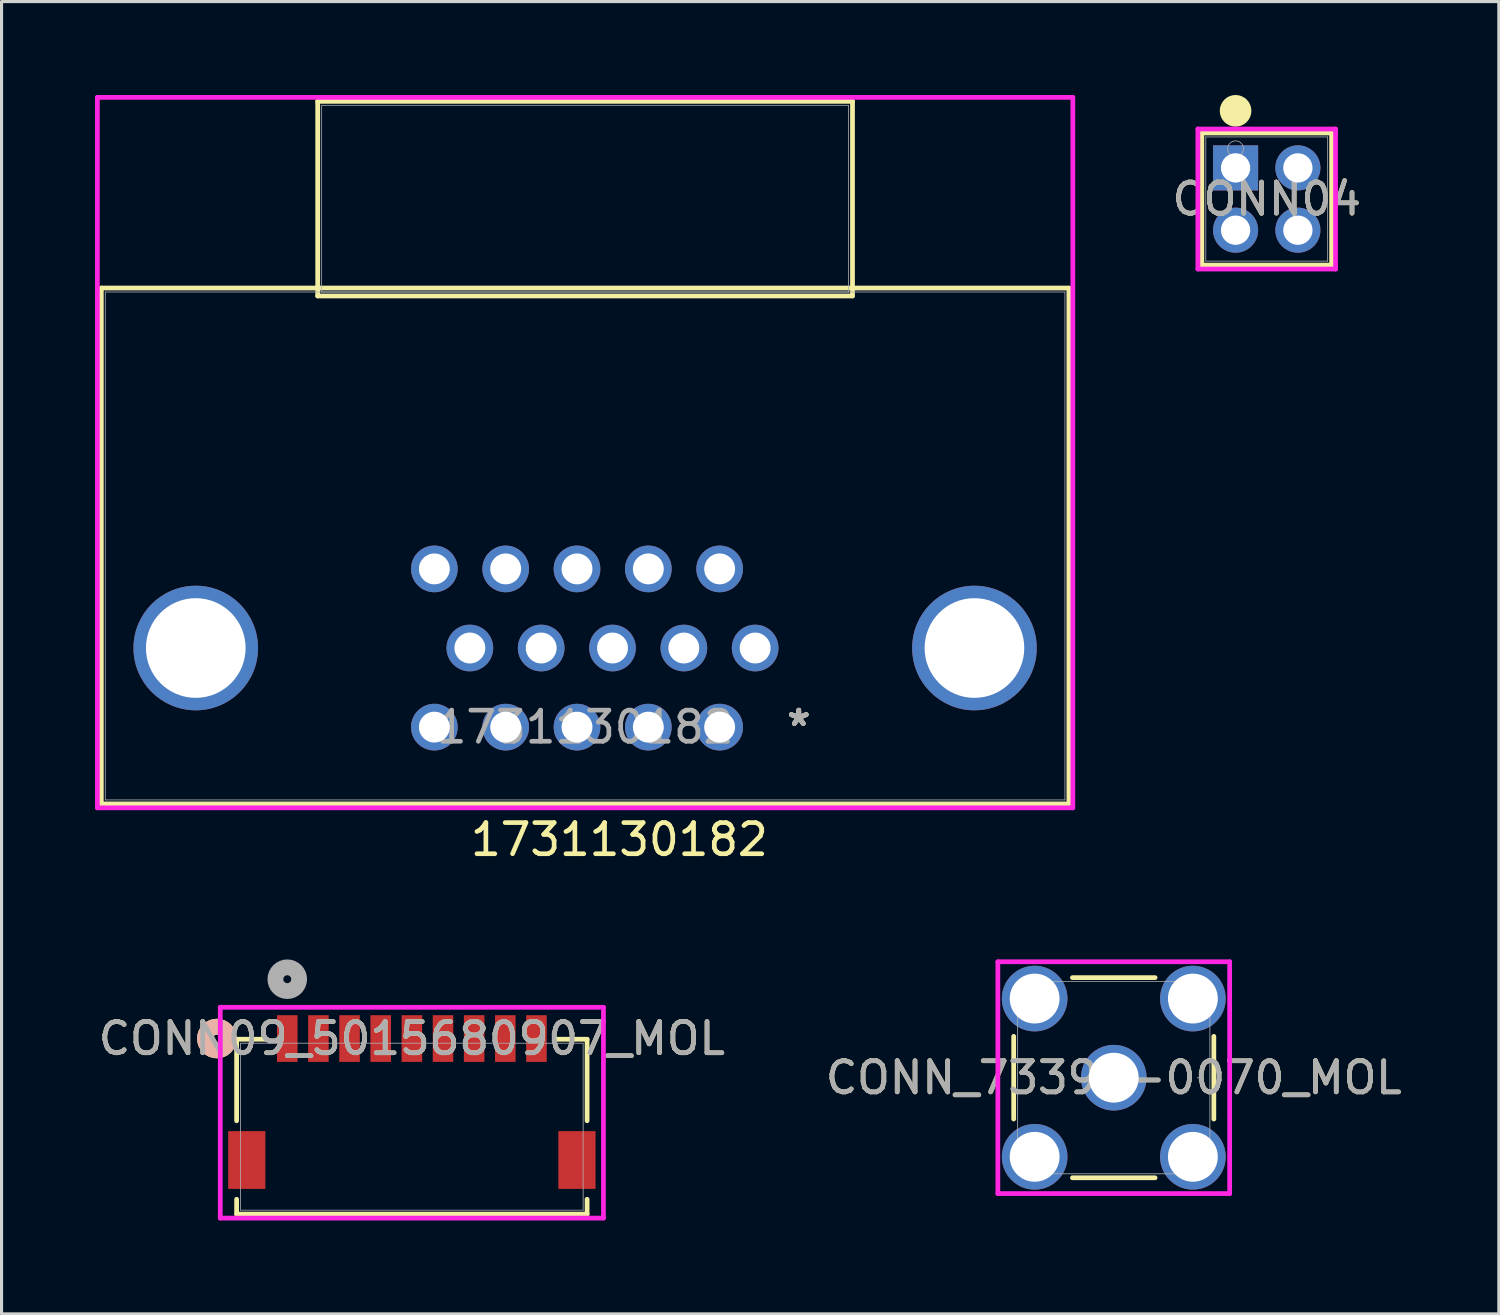
<source format=kicad_pcb>
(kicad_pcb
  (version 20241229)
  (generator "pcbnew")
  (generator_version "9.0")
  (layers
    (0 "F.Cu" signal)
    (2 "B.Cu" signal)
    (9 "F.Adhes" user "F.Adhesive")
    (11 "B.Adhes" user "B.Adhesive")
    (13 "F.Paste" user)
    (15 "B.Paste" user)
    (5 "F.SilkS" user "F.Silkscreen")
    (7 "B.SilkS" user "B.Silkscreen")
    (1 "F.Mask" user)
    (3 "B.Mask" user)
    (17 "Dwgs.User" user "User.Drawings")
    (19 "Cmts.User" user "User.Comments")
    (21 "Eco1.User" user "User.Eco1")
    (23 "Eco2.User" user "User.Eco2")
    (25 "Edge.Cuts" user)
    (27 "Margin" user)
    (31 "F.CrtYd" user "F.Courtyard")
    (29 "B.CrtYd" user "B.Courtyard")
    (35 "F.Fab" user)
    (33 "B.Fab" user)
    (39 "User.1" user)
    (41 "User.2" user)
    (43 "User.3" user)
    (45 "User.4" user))
  (footprint "CONN_73391-0070_MOL"
    (layer "F.Cu")
    (at 32.708 31.55)
    (property "Reference" "CONN_73391-0070_MOL" (at 0 0 0) (unlocked yes) (layer "F.SilkS") (effects (font (size 1 1) (thickness 0.15))))
    (attr through_hole)
    (fp_line (start -3.213 -1.327) (end -3.213 1.327) (stroke (width 0.152) (type solid)) (layer "F.SilkS"))
    (fp_line (start -1.327 3.213) (end 1.327 3.213) (stroke (width 0.152) (type solid)) (layer "F.SilkS"))
    (fp_line (start 1.327 -3.213) (end -1.327 -3.213) (stroke (width 0.152) (type solid)) (layer "F.SilkS"))
    (fp_line (start 3.213 1.327) (end 3.213 -1.327) (stroke (width 0.152) (type solid)) (layer "F.SilkS"))
    (fp_line (start -3.721 -3.721) (end 3.721 -3.721) (stroke (width 0.152) (type solid)) (layer "F.CrtYd"))
    (fp_line (start -3.721 3.721) (end -3.721 -3.721) (stroke (width 0.152) (type solid)) (layer "F.CrtYd"))
    (fp_line (start 3.721 -3.721) (end 3.721 3.721) (stroke (width 0.152) (type solid)) (layer "F.CrtYd"))
    (fp_line (start 3.721 3.721) (end -3.721 3.721) (stroke (width 0.152) (type solid)) (layer "F.CrtYd"))
    (fp_line (start -3.086 -3.086) (end -3.086 3.086) (stroke (width 0.025) (type solid)) (layer "F.Fab"))
    (fp_line (start -3.086 3.086) (end 3.086 3.086) (stroke (width 0.025) (type solid)) (layer "F.Fab"))
    (fp_line (start 3.086 -3.086) (end -3.086 -3.086) (stroke (width 0.025) (type solid)) (layer "F.Fab"))
    (fp_line (start 3.086 3.086) (end 3.086 -3.086) (stroke (width 0.025) (type solid)) (layer "F.Fab"))
    (fp_circle (center 2.705 0) (end 2.705 0) (stroke (width 0.025) (type solid)) (fill no) (layer "F.Fab"))
    (fp_text user "${REFERENCE}" (at 0 0 0) (unlocked yes) (layer "F.Fab") (effects (font (size 1 1) (thickness 0.15))))
    (pad "1" thru_hole circle (at 0 0) (size 2.108 2.108) (drill 1.6) (layers "*.Cu" "*.Mask"))
    (pad "2" thru_hole circle (at -2.54 -2.54) (size 2.108 2.108) (drill 1.6) (layers "*.Cu" "*.Mask"))
    (pad "3" thru_hole circle (at -2.54 2.54) (size 2.108 2.108) (drill 1.6) (layers "*.Cu" "*.Mask"))
    (pad "4" thru_hole circle (at 2.54 2.54) (size 2.108 2.108) (drill 1.6) (layers "*.Cu" "*.Mask"))
    (pad "5" thru_hole circle (at 2.54 -2.54) (size 2.108 2.108) (drill 1.6) (layers "*.Cu" "*.Mask")))
  (footprint "CONN04"
    (layer "F.Cu")
    (at 36.619 2.34)
    (property "Reference" "CONN04" (at 1 1 0) (unlocked yes) (layer "F.SilkS") (effects (font (size 1 1) (thickness 0.15))))
    (attr through_hole)
    (fp_line (start -1.083 -1.121) (end -1.083 3.121) (stroke (width 0.152) (type solid)) (layer "F.SilkS"))
    (fp_line (start -1.083 3.121) (end 3.083 3.121) (stroke (width 0.152) (type solid)) (layer "F.SilkS"))
    (fp_line (start 3.083 -1.121) (end -1.083 -1.121) (stroke (width 0.152) (type solid)) (layer "F.SilkS"))
    (fp_line (start 3.083 3.121) (end 3.083 -1.121) (stroke (width 0.152) (type solid)) (layer "F.SilkS"))
    (fp_circle (center 0 -1.832) (end 0.254 -1.832) (stroke (width 0.508) (type solid)) (fill no) (layer "F.SilkS"))
    (fp_line (start -1.21 -1.248) (end -1.21 3.248) (stroke (width 0.152) (type solid)) (layer "F.CrtYd"))
    (fp_line (start -1.21 3.248) (end 3.21 3.248) (stroke (width 0.152) (type solid)) (layer "F.CrtYd"))
    (fp_line (start 3.21 -1.248) (end -1.21 -1.248) (stroke (width 0.152) (type solid)) (layer "F.CrtYd"))
    (fp_line (start 3.21 3.248) (end 3.21 -1.248) (stroke (width 0.152) (type solid)) (layer "F.CrtYd"))
    (fp_line (start -0.956 -0.994) (end -0.956 2.994) (stroke (width 0.025) (type solid)) (layer "F.Fab"))
    (fp_line (start -0.956 2.994) (end 2.956 2.994) (stroke (width 0.025) (type solid)) (layer "F.Fab"))
    (fp_line (start 2.956 -0.994) (end -0.956 -0.994) (stroke (width 0.025) (type solid)) (layer "F.Fab"))
    (fp_line (start 2.956 2.994) (end 2.956 -0.994) (stroke (width 0.025) (type solid)) (layer "F.Fab"))
    (fp_circle (center 0 -0.613) (end 0.254 -0.613) (stroke (width 0.025) (type solid)) (fill no) (layer "F.Fab"))
    (fp_text user "${REFERENCE}" (at 1 1 0) (unlocked yes) (layer "F.Fab") (effects (font (size 1 1) (thickness 0.15))))
    (pad "1" thru_hole rect (at 0 0) (size 1.448 1.448) (drill 0.94) (layers "*.Cu" "*.Mask"))
    (pad "2" thru_hole circle (at 0 2) (size 1.448 1.448) (drill 0.94) (layers "*.Cu" "*.Mask"))
    (pad "3" thru_hole circle (at 2 0) (size 1.448 1.448) (drill 0.94) (layers "*.Cu" "*.Mask"))
    (pad "4" thru_hole circle (at 2 2) (size 1.448 1.448) (drill 0.94) (layers "*.Cu" "*.Mask")))
  (footprint "1731130182"
    (layer "F.Cu")
    (at 20.055 20.295)
    (property "Reference" "1731130182" (at -3.22 3.61 0) (unlocked yes) (layer "F.SilkS") (effects (font (size 1 1) (thickness 0.15))))
    (attr through_hole)
    (fp_line (start -19.852 -14.097) (end -19.852 2.464) (stroke (width 0.152) (type solid)) (layer "F.SilkS"))
    (fp_line (start -19.852 2.464) (end 11.212 2.464) (stroke (width 0.152) (type solid)) (layer "F.SilkS"))
    (fp_line (start -12.905 -20.091) (end -12.905 -13.843) (stroke (width 0.152) (type solid)) (layer "F.SilkS"))
    (fp_line (start -12.905 -13.843) (end 4.265 -13.843) (stroke (width 0.152) (type solid)) (layer "F.SilkS"))
    (fp_line (start 4.265 -20.091) (end -12.905 -20.091) (stroke (width 0.152) (type solid)) (layer "F.SilkS"))
    (fp_line (start 4.265 -13.843) (end 4.265 -20.091) (stroke (width 0.152) (type solid)) (layer "F.SilkS"))
    (fp_line (start 11.212 -14.097) (end -19.852 -14.097) (stroke (width 0.152) (type solid)) (layer "F.SilkS"))
    (fp_line (start 11.212 2.464) (end 11.212 -14.097) (stroke (width 0.152) (type solid)) (layer "F.SilkS"))
    (fp_line (start -19.979 -20.218) (end -19.979 2.591) (stroke (width 0.152) (type solid)) (layer "F.CrtYd"))
    (fp_line (start -19.979 2.591) (end 11.339 2.591) (stroke (width 0.152) (type solid)) (layer "F.CrtYd"))
    (fp_line (start 11.339 -20.218) (end -19.979 -20.218) (stroke (width 0.152) (type solid)) (layer "F.CrtYd"))
    (fp_line (start 11.339 2.591) (end 11.339 -20.218) (stroke (width 0.152) (type solid)) (layer "F.CrtYd"))
    (fp_line (start -19.725 -13.97) (end -19.725 2.337) (stroke (width 0.025) (type solid)) (layer "F.Fab"))
    (fp_line (start -19.725 2.337) (end 11.085 2.337) (stroke (width 0.025) (type solid)) (layer "F.Fab"))
    (fp_line (start -12.778 -19.964) (end -12.778 -13.97) (stroke (width 0.025) (type solid)) (layer "F.Fab"))
    (fp_line (start -12.778 -13.97) (end 4.138 -13.97) (stroke (width 0.025) (type solid)) (layer "F.Fab"))
    (fp_line (start 4.138 -19.964) (end -12.778 -19.964) (stroke (width 0.025) (type solid)) (layer "F.Fab"))
    (fp_line (start 4.138 -13.97) (end 4.138 -19.964) (stroke (width 0.025) (type solid)) (layer "F.Fab"))
    (fp_line (start 11.085 -13.97) (end -19.725 -13.97) (stroke (width 0.025) (type solid)) (layer "F.Fab"))
    (fp_line (start 11.085 2.337) (end 11.085 -13.97) (stroke (width 0.025) (type solid)) (layer "F.Fab"))
    (fp_text user "*" (at 2.54 0 0) (layer "F.SilkS") (effects (font (size 1 1) (thickness 0.15))))
    (fp_text user "*" (at 2.54 0 0) (unlocked yes) (layer "F.SilkS") (effects (font (size 1 1) (thickness 0.15))))
    (fp_text user "*" (at 2.54 0 0) (unlocked yes) (layer "F.Fab") (effects (font (size 1 1) (thickness 0.15))))
    (fp_text user "${REFERENCE}" (at -4.32 0 0) (unlocked yes) (layer "F.Fab") (effects (font (size 1 1) (thickness 0.15))))
    (fp_text user "*" (at 2.54 0 0) (layer "F.Fab") (effects (font (size 1 1) (thickness 0.15))))
    (pad "1" thru_hole circle (at 0 0) (size 1.499 1.499) (drill 0.991) (layers "*.Cu" "*.Mask"))
    (pad "2" thru_hole circle (at -2.29 0) (size 1.499 1.499) (drill 0.991) (layers "*.Cu" "*.Mask"))
    (pad "3" thru_hole circle (at -4.58 0) (size 1.499 1.499) (drill 0.991) (layers "*.Cu" "*.Mask"))
    (pad "4" thru_hole circle (at -6.87 0) (size 1.499 1.499) (drill 0.991) (layers "*.Cu" "*.Mask"))
    (pad "5" thru_hole circle (at -9.16 0) (size 1.499 1.499) (drill 0.991) (layers "*.Cu" "*.Mask"))
    (pad "6" thru_hole circle (at 1.14 -2.54) (size 1.499 1.499) (drill 0.991) (layers "*.Cu" "*.Mask"))
    (pad "7" thru_hole circle (at -1.15 -2.54) (size 1.499 1.499) (drill 0.991) (layers "*.Cu" "*.Mask"))
    (pad "8" thru_hole circle (at -3.44 -2.54) (size 1.499 1.499) (drill 0.991) (layers "*.Cu" "*.Mask"))
    (pad "9" thru_hole circle (at -5.73 -2.54) (size 1.499 1.499) (drill 0.991) (layers "*.Cu" "*.Mask"))
    (pad "10" thru_hole circle (at -8.02 -2.54) (size 1.499 1.499) (drill 0.991) (layers "*.Cu" "*.Mask"))
    (pad "11" thru_hole circle (at 0 -5.08) (size 1.499 1.499) (drill 0.991) (layers "*.Cu" "*.Mask"))
    (pad "12" thru_hole circle (at -2.29 -5.08) (size 1.499 1.499) (drill 0.991) (layers "*.Cu" "*.Mask"))
    (pad "13" thru_hole circle (at -4.58 -5.08) (size 1.499 1.499) (drill 0.991) (layers "*.Cu" "*.Mask"))
    (pad "14" thru_hole circle (at -6.87 -5.08) (size 1.499 1.499) (drill 0.991) (layers "*.Cu" "*.Mask"))
    (pad "15" thru_hole circle (at -9.16 -5.08) (size 1.499 1.499) (drill 0.991) (layers "*.Cu" "*.Mask"))
    (pad "S1" thru_hole circle (at -16.82 -2.54) (size 4 4) (drill 3.2) (layers "*.Cu" "*.Mask"))
    (pad "S2" thru_hole circle (at 8.18 -2.54) (size 4 4) (drill 3.2) (layers "*.Cu" "*.Mask")))
  (footprint "CONN09_5015680907_MOL"
    (layer "F.Cu")
    (at 10.173 33.123)
    (property "Reference" "CONN09_5015680907_MOL" (at 0 -2.83 0) (unlocked yes) (layer "F.SilkS") (effects (font (size 1 1) (thickness 0.15))))
    (attr smd)
    (fp_line (start -5.626 -2.807) (end -5.626 -0.19) (stroke (width 0.152) (type solid)) (layer "F.SilkS"))
    (fp_line (start -5.626 2.33) (end -5.626 2.807) (stroke (width 0.152) (type solid)) (layer "F.SilkS"))
    (fp_line (start -5.626 2.807) (end 5.626 2.807) (stroke (width 0.152) (type solid)) (layer "F.SilkS"))
    (fp_line (start -4.663 -2.807) (end -5.626 -2.807) (stroke (width 0.152) (type solid)) (layer "F.SilkS"))
    (fp_line (start 5.626 -2.807) (end 4.663 -2.807) (stroke (width 0.152) (type solid)) (layer "F.SilkS"))
    (fp_line (start 5.626 -0.19) (end 5.626 -2.807) (stroke (width 0.152) (type solid)) (layer "F.SilkS"))
    (fp_line (start 5.626 2.807) (end 5.626 2.33) (stroke (width 0.152) (type solid)) (layer "F.SilkS"))
    (fp_circle (center -6.261 -2.83) (end -5.88 -2.83) (stroke (width 0.508) (type solid)) (fill no) (layer "F.SilkS"))
    (fp_circle (center -6.261 -2.83) (end -5.88 -2.83) (stroke (width 0.508) (type solid)) (fill no) (layer "B.SilkS"))
    (fp_line (start -6.151 -3.833) (end -6.151 2.934) (stroke (width 0.152) (type solid)) (layer "F.CrtYd"))
    (fp_line (start -6.151 2.934) (end 6.151 2.934) (stroke (width 0.152) (type solid)) (layer "F.CrtYd"))
    (fp_line (start 6.151 -3.833) (end -6.151 -3.833) (stroke (width 0.152) (type solid)) (layer "F.CrtYd"))
    (fp_line (start 6.151 2.934) (end 6.151 -3.833) (stroke (width 0.152) (type solid)) (layer "F.CrtYd"))
    (fp_line (start -5.499 -2.68) (end -5.499 2.68) (stroke (width 0.025) (type solid)) (layer "F.Fab"))
    (fp_line (start -5.499 2.68) (end 5.499 2.68) (stroke (width 0.025) (type solid)) (layer "F.Fab"))
    (fp_line (start 5.499 -2.68) (end -5.499 -2.68) (stroke (width 0.025) (type solid)) (layer "F.Fab"))
    (fp_line (start 5.499 2.68) (end 5.499 -2.68) (stroke (width 0.025) (type solid)) (layer "F.Fab"))
    (fp_circle (center -4 -4.735) (end -3.619 -4.735) (stroke (width 0.508) (type solid)) (fill no) (layer "F.Fab"))
    (fp_text user "${REFERENCE}" (at 0 -2.83 0) (unlocked yes) (layer "F.Fab") (effects (font (size 1 1) (thickness 0.15))))
    (pad "1" smd rect (at -4 -2.83) (size 0.66 1.499) (layers "F.Cu" "F.Mask" "F.Paste"))
    (pad "2" smd rect (at -3 -2.83) (size 0.66 1.499) (layers "F.Cu" "F.Mask" "F.Paste"))
    (pad "3" smd rect (at -2 -2.83) (size 0.66 1.499) (layers "F.Cu" "F.Mask" "F.Paste"))
    (pad "4" smd rect (at -1 -2.83) (size 0.66 1.499) (layers "F.Cu" "F.Mask" "F.Paste"))
    (pad "5" smd rect (at 0 -2.83) (size 0.66 1.499) (layers "F.Cu" "F.Mask" "F.Paste"))
    (pad "6" smd rect (at 1 -2.83) (size 0.66 1.499) (layers "F.Cu" "F.Mask" "F.Paste"))
    (pad "7" smd rect (at 2 -2.83) (size 0.66 1.499) (layers "F.Cu" "F.Mask" "F.Paste"))
    (pad "8" smd rect (at 3 -2.83) (size 0.66 1.499) (layers "F.Cu" "F.Mask" "F.Paste"))
    (pad "9" smd rect (at 4 -2.83) (size 0.66 1.499) (layers "F.Cu" "F.Mask" "F.Paste"))
    (pad "10" smd rect (at -5.3 1.07) (size 1.194 1.854) (layers "F.Cu" "F.Mask" "F.Paste"))
    (pad "11" smd rect (at 5.3 1.07) (size 1.194 1.854) (layers "F.Cu" "F.Mask" "F.Paste")))
  (gr_rect
    (start -3 -3)
    (end 45.071 39.133)
    (stroke (width 0.1) (type default))
    (fill no)
    (layer "Edge.Cuts")))
</source>
